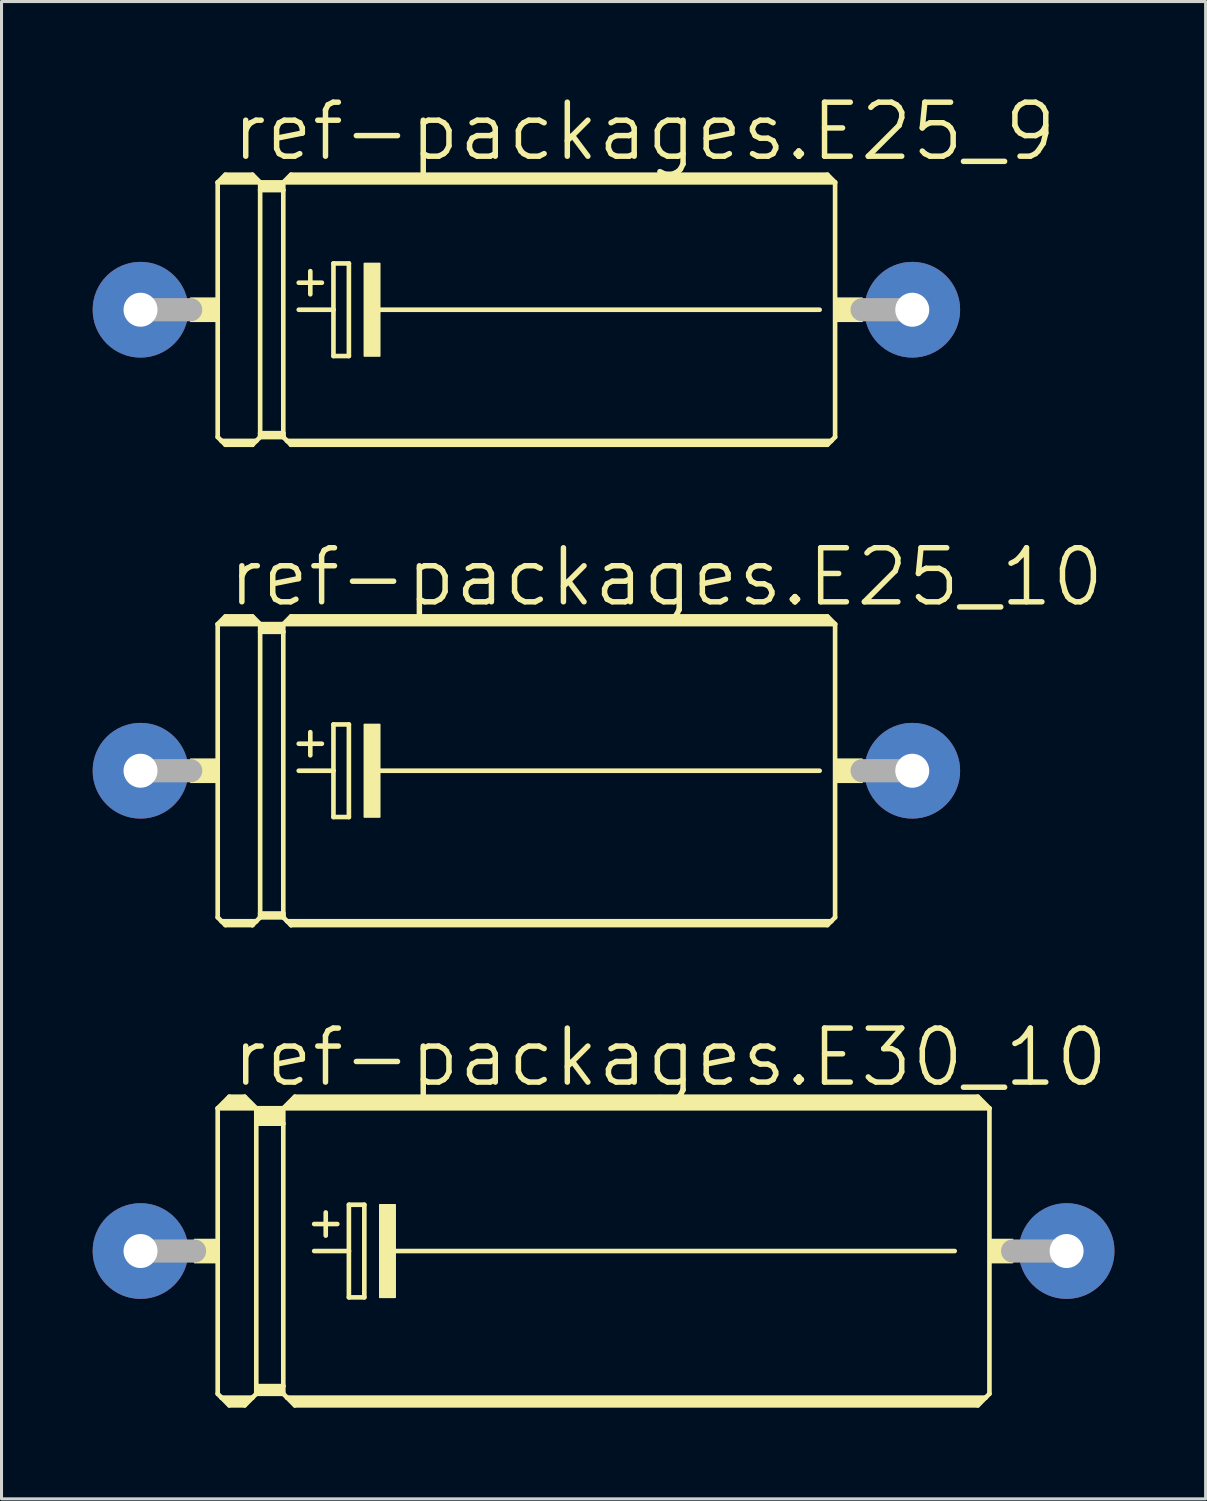
<source format=kicad_pcb>
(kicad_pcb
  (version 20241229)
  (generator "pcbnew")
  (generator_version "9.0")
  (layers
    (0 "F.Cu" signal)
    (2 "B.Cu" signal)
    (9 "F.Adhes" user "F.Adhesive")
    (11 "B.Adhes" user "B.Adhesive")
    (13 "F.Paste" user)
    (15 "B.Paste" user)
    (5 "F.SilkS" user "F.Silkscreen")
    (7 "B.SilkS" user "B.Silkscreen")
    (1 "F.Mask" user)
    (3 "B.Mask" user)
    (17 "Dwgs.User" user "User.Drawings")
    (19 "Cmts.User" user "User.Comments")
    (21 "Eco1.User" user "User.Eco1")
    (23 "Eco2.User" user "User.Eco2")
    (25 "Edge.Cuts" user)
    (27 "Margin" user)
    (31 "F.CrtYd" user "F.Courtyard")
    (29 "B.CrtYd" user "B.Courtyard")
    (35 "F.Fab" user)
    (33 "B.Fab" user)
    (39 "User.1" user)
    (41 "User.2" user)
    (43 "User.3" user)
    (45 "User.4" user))
  (footprint "ref-packages.E30_10"
    (layer "F.Cu")
    (at 16.815 38.125)
    (property "Reference" "ref-packages.E30_10" (at -12.319 -5.334 0) (layer "F.SilkS") (effects (font (size 1.778 1.778) (thickness 0.18)) (justify left bottom)))
    (attr through_hole)
    (fp_line (start -12.7 -4.699) (end -12.7 4.699) (stroke (width 0.152) (type default)) (layer "F.SilkS"))
    (fp_line (start -12.7 -4.699) (end -12.319 -5.08) (stroke (width 0.152) (type default)) (layer "F.SilkS"))
    (fp_line (start -12.7 -4.699) (end -11.43 -4.699) (stroke (width 0.152) (type default)) (layer "F.SilkS"))
    (fp_line (start -12.7 4.699) (end -12.573 4.826) (stroke (width 0.152) (type default)) (layer "F.SilkS"))
    (fp_line (start -12.573 4.826) (end -12.319 5.08) (stroke (width 0.152) (type default)) (layer "F.SilkS"))
    (fp_line (start -12.573 4.826) (end -11.557 4.826) (stroke (width 0.152) (type default)) (layer "F.SilkS"))
    (fp_line (start -12.446 -4.826) (end -11.684 -4.826) (stroke (width 0.305) (type default)) (layer "F.SilkS"))
    (fp_line (start -12.319 -5.08) (end -11.811 -5.08) (stroke (width 0.152) (type default)) (layer "F.SilkS"))
    (fp_line (start -12.319 -4.953) (end -11.811 -4.953) (stroke (width 0.305) (type default)) (layer "F.SilkS"))
    (fp_line (start -12.319 4.953) (end -11.811 4.953) (stroke (width 0.305) (type default)) (layer "F.SilkS"))
    (fp_line (start -12.319 5.08) (end -11.811 5.08) (stroke (width 0.152) (type default)) (layer "F.SilkS"))
    (fp_line (start -11.557 4.826) (end -11.811 5.08) (stroke (width 0.152) (type default)) (layer "F.SilkS"))
    (fp_line (start -11.43 -4.699) (end -11.811 -5.08) (stroke (width 0.152) (type default)) (layer "F.SilkS"))
    (fp_line (start -11.43 -4.699) (end -11.43 -4.191) (stroke (width 0.152) (type default)) (layer "F.SilkS"))
    (fp_line (start -11.43 -4.699) (end -10.541 -4.699) (stroke (width 0.152) (type default)) (layer "F.SilkS"))
    (fp_line (start -11.43 -4.191) (end -11.43 4.445) (stroke (width 0.152) (type default)) (layer "F.SilkS"))
    (fp_line (start -11.43 -4.191) (end -10.541 -4.191) (stroke (width 0.152) (type default)) (layer "F.SilkS"))
    (fp_line (start -11.43 4.445) (end -11.43 4.699) (stroke (width 0.152) (type default)) (layer "F.SilkS"))
    (fp_line (start -11.43 4.445) (end -10.541 4.445) (stroke (width 0.152) (type default)) (layer "F.SilkS"))
    (fp_line (start -11.43 4.699) (end -11.557 4.826) (stroke (width 0.152) (type default)) (layer "F.SilkS"))
    (fp_line (start -11.43 4.699) (end -10.541 4.699) (stroke (width 0.152) (type default)) (layer "F.SilkS"))
    (fp_line (start -11.303 -4.572) (end -10.668 -4.572) (stroke (width 0.305) (type default)) (layer "F.SilkS"))
    (fp_line (start -11.303 -4.318) (end -10.668 -4.318) (stroke (width 0.305) (type default)) (layer "F.SilkS"))
    (fp_line (start -11.303 4.572) (end -10.668 4.572) (stroke (width 0.305) (type default)) (layer "F.SilkS"))
    (fp_line (start -10.541 -4.699) (end -10.541 -4.191) (stroke (width 0.152) (type default)) (layer "F.SilkS"))
    (fp_line (start -10.541 -4.699) (end -10.16 -5.08) (stroke (width 0.152) (type default)) (layer "F.SilkS"))
    (fp_line (start -10.541 -4.699) (end 12.7 -4.699) (stroke (width 0.152) (type default)) (layer "F.SilkS"))
    (fp_line (start -10.541 -4.191) (end -10.541 4.445) (stroke (width 0.152) (type default)) (layer "F.SilkS"))
    (fp_line (start -10.541 4.445) (end -10.541 4.699) (stroke (width 0.152) (type default)) (layer "F.SilkS"))
    (fp_line (start -10.414 4.826) (end -10.541 4.699) (stroke (width 0.152) (type default)) (layer "F.SilkS"))
    (fp_line (start -10.414 4.826) (end 12.573 4.826) (stroke (width 0.152) (type default)) (layer "F.SilkS"))
    (fp_line (start -10.287 -4.826) (end 12.446 -4.826) (stroke (width 0.305) (type default)) (layer "F.SilkS"))
    (fp_line (start -10.16 -4.953) (end 12.319 -4.953) (stroke (width 0.305) (type default)) (layer "F.SilkS"))
    (fp_line (start -10.16 4.953) (end 12.319 4.953) (stroke (width 0.305) (type default)) (layer "F.SilkS"))
    (fp_line (start -10.16 5.08) (end -10.414 4.826) (stroke (width 0.152) (type default)) (layer "F.SilkS"))
    (fp_line (start -9.525 -0.889) (end -8.763 -0.889) (stroke (width 0.152) (type default)) (layer "F.SilkS"))
    (fp_line (start -9.525 0) (end -8.382 0) (stroke (width 0.152) (type default)) (layer "F.SilkS"))
    (fp_line (start -9.144 -1.27) (end -9.144 -0.508) (stroke (width 0.152) (type default)) (layer "F.SilkS"))
    (fp_line (start -8.382 -1.524) (end -8.382 0) (stroke (width 0.152) (type default)) (layer "F.SilkS"))
    (fp_line (start -8.382 0) (end -8.382 1.524) (stroke (width 0.152) (type default)) (layer "F.SilkS"))
    (fp_line (start -8.382 1.524) (end -7.874 1.524) (stroke (width 0.152) (type default)) (layer "F.SilkS"))
    (fp_line (start -7.874 -1.524) (end -8.382 -1.524) (stroke (width 0.152) (type default)) (layer "F.SilkS"))
    (fp_line (start -7.874 1.524) (end -7.874 -1.524) (stroke (width 0.152) (type default)) (layer "F.SilkS"))
    (fp_line (start -6.985 0) (end 11.557 0) (stroke (width 0.152) (type default)) (layer "F.SilkS"))
    (fp_line (start 12.319 -5.08) (end -10.16 -5.08) (stroke (width 0.152) (type default)) (layer "F.SilkS"))
    (fp_line (start 12.319 5.08) (end -10.16 5.08) (stroke (width 0.152) (type default)) (layer "F.SilkS"))
    (fp_line (start 12.573 4.826) (end 12.319 5.08) (stroke (width 0.152) (type default)) (layer "F.SilkS"))
    (fp_line (start 12.7 -4.699) (end 12.319 -5.08) (stroke (width 0.152) (type default)) (layer "F.SilkS"))
    (fp_line (start 12.7 -4.699) (end 12.7 4.699) (stroke (width 0.152) (type default)) (layer "F.SilkS"))
    (fp_line (start 12.7 4.699) (end 12.573 4.826) (stroke (width 0.152) (type default)) (layer "F.SilkS"))
    (fp_rect (start -13.462 0.381) (end -12.7 -0.381) (stroke (width 0.05) (type default)) (fill yes) (layer "F.SilkS"))
    (fp_rect (start -7.366 1.524) (end -6.858 -1.524) (stroke (width 0.05) (type default)) (fill yes) (layer "F.SilkS"))
    (fp_rect (start 12.7 0.381) (end 13.462 -0.381) (stroke (width 0.05) (type default)) (fill yes) (layer "F.SilkS"))
    (fp_line (start -15.24 0) (end -13.462 0) (stroke (width 0.762) (type default)) (layer "F.Fab"))
    (fp_line (start 15.24 0) (end 13.462 0) (stroke (width 0.762) (type default)) (layer "F.Fab"))
    (pad "+" thru_hole circle (at -15.24 0) (size 3.15 3.15) (drill 1.118) (layers "*.Cu" "*.Mask"))
    (pad "-" thru_hole circle (at 15.24 0) (size 3.15 3.15) (drill 1.118) (layers "*.Cu" "*.Mask")))
  (footprint "ref-packages.E25_9"
    (layer "F.Cu")
    (at 14.275 7.144)
    (property "Reference" "ref-packages.E25_9" (at -9.779 -4.826 0) (layer "F.SilkS") (effects (font (size 1.778 1.778) (thickness 0.18)) (justify left bottom)))
    (attr through_hole)
    (fp_line (start -10.16 -4.191) (end -10.16 4.191) (stroke (width 0.152) (type default)) (layer "F.SilkS"))
    (fp_line (start -10.16 -4.191) (end -9.906 -4.445) (stroke (width 0.152) (type default)) (layer "F.SilkS"))
    (fp_line (start -10.16 -4.191) (end -8.763 -4.191) (stroke (width 0.152) (type default)) (layer "F.SilkS"))
    (fp_line (start -10.16 4.191) (end -10.033 4.318) (stroke (width 0.152) (type default)) (layer "F.SilkS"))
    (fp_line (start -10.033 4.318) (end -9.906 4.445) (stroke (width 0.152) (type default)) (layer "F.SilkS"))
    (fp_line (start -10.033 4.318) (end -8.89 4.318) (stroke (width 0.152) (type default)) (layer "F.SilkS"))
    (fp_line (start -9.906 -4.445) (end -9.017 -4.445) (stroke (width 0.152) (type default)) (layer "F.SilkS"))
    (fp_line (start -9.906 -4.318) (end -9.017 -4.318) (stroke (width 0.305) (type default)) (layer "F.SilkS"))
    (fp_line (start -9.906 4.394) (end -9.017 4.394) (stroke (width 0.152) (type default)) (layer "F.SilkS"))
    (fp_line (start -9.906 4.445) (end -9.017 4.445) (stroke (width 0.152) (type default)) (layer "F.SilkS"))
    (fp_line (start -9.017 -4.445) (end -8.763 -4.191) (stroke (width 0.152) (type default)) (layer "F.SilkS"))
    (fp_line (start -9.017 4.394) (end -9.017 4.445) (stroke (width 0.152) (type default)) (layer "F.SilkS"))
    (fp_line (start -9.017 4.445) (end -8.89 4.318) (stroke (width 0.152) (type default)) (layer "F.SilkS"))
    (fp_line (start -8.89 4.318) (end -8.763 4.191) (stroke (width 0.152) (type default)) (layer "F.SilkS"))
    (fp_line (start -8.763 -4.191) (end -8.763 -3.937) (stroke (width 0.152) (type default)) (layer "F.SilkS"))
    (fp_line (start -8.763 -3.937) (end -8.001 -3.937) (stroke (width 0.152) (type default)) (layer "F.SilkS"))
    (fp_line (start -8.763 4.064) (end -8.763 -3.937) (stroke (width 0.152) (type default)) (layer "F.SilkS"))
    (fp_line (start -8.763 4.064) (end -8.001 4.064) (stroke (width 0.152) (type default)) (layer "F.SilkS"))
    (fp_line (start -8.763 4.14) (end -8.763 4.064) (stroke (width 0.152) (type default)) (layer "F.SilkS"))
    (fp_line (start -8.763 4.14) (end -8.001 4.14) (stroke (width 0.152) (type default)) (layer "F.SilkS"))
    (fp_line (start -8.763 4.191) (end -8.763 4.14) (stroke (width 0.152) (type default)) (layer "F.SilkS"))
    (fp_line (start -8.636 -4.064) (end -8.128 -4.064) (stroke (width 0.305) (type default)) (layer "F.SilkS"))
    (fp_line (start -8.001 -4.191) (end -8.763 -4.191) (stroke (width 0.152) (type default)) (layer "F.SilkS"))
    (fp_line (start -8.001 -4.191) (end -8.001 -3.937) (stroke (width 0.152) (type default)) (layer "F.SilkS"))
    (fp_line (start -8.001 -4.191) (end 10.16 -4.191) (stroke (width 0.152) (type default)) (layer "F.SilkS"))
    (fp_line (start -8.001 4.064) (end -8.001 -3.937) (stroke (width 0.152) (type default)) (layer "F.SilkS"))
    (fp_line (start -8.001 4.14) (end -8.001 4.064) (stroke (width 0.152) (type default)) (layer "F.SilkS"))
    (fp_line (start -8.001 4.191) (end -8.763 4.191) (stroke (width 0.152) (type default)) (layer "F.SilkS"))
    (fp_line (start -8.001 4.191) (end -8.001 4.14) (stroke (width 0.152) (type default)) (layer "F.SilkS"))
    (fp_line (start -7.874 4.318) (end -8.001 4.191) (stroke (width 0.152) (type default)) (layer "F.SilkS"))
    (fp_line (start -7.874 4.318) (end 10.033 4.318) (stroke (width 0.152) (type default)) (layer "F.SilkS"))
    (fp_line (start -7.747 -4.445) (end -8.001 -4.191) (stroke (width 0.152) (type default)) (layer "F.SilkS"))
    (fp_line (start -7.747 -4.445) (end 9.906 -4.445) (stroke (width 0.152) (type default)) (layer "F.SilkS"))
    (fp_line (start -7.747 -4.318) (end 9.906 -4.318) (stroke (width 0.305) (type default)) (layer "F.SilkS"))
    (fp_line (start -7.747 4.394) (end 9.906 4.394) (stroke (width 0.152) (type default)) (layer "F.SilkS"))
    (fp_line (start -7.747 4.445) (end -7.874 4.318) (stroke (width 0.152) (type default)) (layer "F.SilkS"))
    (fp_line (start -7.747 4.445) (end -7.747 4.394) (stroke (width 0.152) (type default)) (layer "F.SilkS"))
    (fp_line (start -7.747 4.445) (end 9.906 4.445) (stroke (width 0.152) (type default)) (layer "F.SilkS"))
    (fp_line (start -7.493 -0.889) (end -6.731 -0.889) (stroke (width 0.152) (type default)) (layer "F.SilkS"))
    (fp_line (start -7.493 0) (end -6.35 0) (stroke (width 0.152) (type default)) (layer "F.SilkS"))
    (fp_line (start -7.112 -1.27) (end -7.112 -0.508) (stroke (width 0.152) (type default)) (layer "F.SilkS"))
    (fp_line (start -6.35 -1.524) (end -6.35 0) (stroke (width 0.152) (type default)) (layer "F.SilkS"))
    (fp_line (start -6.35 0) (end -6.35 1.524) (stroke (width 0.152) (type default)) (layer "F.SilkS"))
    (fp_line (start -6.35 1.524) (end -5.842 1.524) (stroke (width 0.152) (type default)) (layer "F.SilkS"))
    (fp_line (start -5.842 -1.524) (end -6.35 -1.524) (stroke (width 0.152) (type default)) (layer "F.SilkS"))
    (fp_line (start -5.842 1.524) (end -5.842 -1.524) (stroke (width 0.152) (type default)) (layer "F.SilkS"))
    (fp_line (start -4.953 0) (end 9.652 0) (stroke (width 0.152) (type default)) (layer "F.SilkS"))
    (fp_line (start 9.906 -4.445) (end 10.16 -4.191) (stroke (width 0.152) (type default)) (layer "F.SilkS"))
    (fp_line (start 9.906 4.445) (end 10.033 4.318) (stroke (width 0.152) (type default)) (layer "F.SilkS"))
    (fp_line (start 10.033 4.318) (end 10.16 4.191) (stroke (width 0.152) (type default)) (layer "F.SilkS"))
    (fp_line (start 10.16 4.191) (end 10.16 -4.191) (stroke (width 0.152) (type default)) (layer "F.SilkS"))
    (fp_rect (start -11.049 0.381) (end -10.16 -0.381) (stroke (width 0.05) (type default)) (fill yes) (layer "F.SilkS"))
    (fp_rect (start -5.334 1.524) (end -4.826 -1.524) (stroke (width 0.05) (type default)) (fill yes) (layer "F.SilkS"))
    (fp_rect (start 10.16 0.381) (end 11.049 -0.381) (stroke (width 0.05) (type default)) (fill yes) (layer "F.SilkS"))
    (fp_line (start -12.7 0) (end -11.049 0) (stroke (width 0.762) (type default)) (layer "F.Fab"))
    (fp_line (start 12.7 0) (end 11.049 0) (stroke (width 0.762) (type default)) (layer "F.Fab"))
    (pad "+" thru_hole circle (at -12.7 0) (size 3.15 3.15) (drill 1.118) (layers "*.Cu" "*.Mask"))
    (pad "-" thru_hole circle (at 12.7 0) (size 3.15 3.15) (drill 1.118) (layers "*.Cu" "*.Mask")))
  (footprint "ref-packages.E25_10"
    (layer "F.Cu")
    (at 14.275 22.317)
    (property "Reference" "ref-packages.E25_10" (at -9.906 -5.334 0) (layer "F.SilkS") (effects (font (size 1.778 1.778) (thickness 0.18)) (justify left bottom)))
    (attr through_hole)
    (fp_line (start -10.16 -4.826) (end -10.16 4.826) (stroke (width 0.152) (type default)) (layer "F.SilkS"))
    (fp_line (start -10.16 -4.826) (end -9.906 -5.08) (stroke (width 0.152) (type default)) (layer "F.SilkS"))
    (fp_line (start -10.16 -4.826) (end -8.763 -4.826) (stroke (width 0.152) (type default)) (layer "F.SilkS"))
    (fp_line (start -10.16 4.826) (end -10.033 4.953) (stroke (width 0.152) (type default)) (layer "F.SilkS"))
    (fp_line (start -10.033 4.953) (end -9.906 5.08) (stroke (width 0.152) (type default)) (layer "F.SilkS"))
    (fp_line (start -10.033 4.953) (end -8.89 4.953) (stroke (width 0.152) (type default)) (layer "F.SilkS"))
    (fp_line (start -9.906 -5.08) (end -9.017 -5.08) (stroke (width 0.152) (type default)) (layer "F.SilkS"))
    (fp_line (start -9.906 -4.953) (end -9.017 -4.953) (stroke (width 0.305) (type default)) (layer "F.SilkS"))
    (fp_line (start -9.906 5.029) (end -9.017 5.029) (stroke (width 0.152) (type default)) (layer "F.SilkS"))
    (fp_line (start -9.906 5.08) (end -9.017 5.08) (stroke (width 0.152) (type default)) (layer "F.SilkS"))
    (fp_line (start -9.017 -5.08) (end -8.763 -4.826) (stroke (width 0.152) (type default)) (layer "F.SilkS"))
    (fp_line (start -9.017 5.029) (end -9.017 5.08) (stroke (width 0.152) (type default)) (layer "F.SilkS"))
    (fp_line (start -9.017 5.08) (end -8.89 4.953) (stroke (width 0.152) (type default)) (layer "F.SilkS"))
    (fp_line (start -8.89 4.953) (end -8.763 4.826) (stroke (width 0.152) (type default)) (layer "F.SilkS"))
    (fp_line (start -8.763 -4.826) (end -8.763 -4.572) (stroke (width 0.152) (type default)) (layer "F.SilkS"))
    (fp_line (start -8.763 -4.572) (end -8.001 -4.572) (stroke (width 0.152) (type default)) (layer "F.SilkS"))
    (fp_line (start -8.763 4.699) (end -8.763 -4.572) (stroke (width 0.152) (type default)) (layer "F.SilkS"))
    (fp_line (start -8.763 4.699) (end -8.001 4.699) (stroke (width 0.152) (type default)) (layer "F.SilkS"))
    (fp_line (start -8.763 4.775) (end -8.763 4.699) (stroke (width 0.152) (type default)) (layer "F.SilkS"))
    (fp_line (start -8.763 4.775) (end -8.001 4.775) (stroke (width 0.152) (type default)) (layer "F.SilkS"))
    (fp_line (start -8.763 4.826) (end -8.763 4.775) (stroke (width 0.152) (type default)) (layer "F.SilkS"))
    (fp_line (start -8.636 -4.699) (end -8.128 -4.699) (stroke (width 0.305) (type default)) (layer "F.SilkS"))
    (fp_line (start -8.001 -4.826) (end -8.763 -4.826) (stroke (width 0.152) (type default)) (layer "F.SilkS"))
    (fp_line (start -8.001 -4.826) (end -8.001 -4.572) (stroke (width 0.152) (type default)) (layer "F.SilkS"))
    (fp_line (start -8.001 -4.826) (end 10.16 -4.826) (stroke (width 0.152) (type default)) (layer "F.SilkS"))
    (fp_line (start -8.001 4.699) (end -8.001 -4.572) (stroke (width 0.152) (type default)) (layer "F.SilkS"))
    (fp_line (start -8.001 4.775) (end -8.001 4.699) (stroke (width 0.152) (type default)) (layer "F.SilkS"))
    (fp_line (start -8.001 4.826) (end -8.763 4.826) (stroke (width 0.152) (type default)) (layer "F.SilkS"))
    (fp_line (start -8.001 4.826) (end -8.001 4.775) (stroke (width 0.152) (type default)) (layer "F.SilkS"))
    (fp_line (start -7.874 4.953) (end -8.001 4.826) (stroke (width 0.152) (type default)) (layer "F.SilkS"))
    (fp_line (start -7.874 4.953) (end 10.033 4.953) (stroke (width 0.152) (type default)) (layer "F.SilkS"))
    (fp_line (start -7.747 -5.08) (end -8.001 -4.826) (stroke (width 0.152) (type default)) (layer "F.SilkS"))
    (fp_line (start -7.747 -5.08) (end 9.906 -5.08) (stroke (width 0.152) (type default)) (layer "F.SilkS"))
    (fp_line (start -7.747 -4.953) (end 9.906 -4.953) (stroke (width 0.305) (type default)) (layer "F.SilkS"))
    (fp_line (start -7.747 5.029) (end 9.906 5.029) (stroke (width 0.152) (type default)) (layer "F.SilkS"))
    (fp_line (start -7.747 5.08) (end -7.874 4.953) (stroke (width 0.152) (type default)) (layer "F.SilkS"))
    (fp_line (start -7.747 5.08) (end -7.747 5.029) (stroke (width 0.152) (type default)) (layer "F.SilkS"))
    (fp_line (start -7.747 5.08) (end 9.906 5.08) (stroke (width 0.152) (type default)) (layer "F.SilkS"))
    (fp_line (start -7.493 -0.889) (end -6.731 -0.889) (stroke (width 0.152) (type default)) (layer "F.SilkS"))
    (fp_line (start -7.493 0) (end -6.35 0) (stroke (width 0.152) (type default)) (layer "F.SilkS"))
    (fp_line (start -7.112 -1.27) (end -7.112 -0.508) (stroke (width 0.152) (type default)) (layer "F.SilkS"))
    (fp_line (start -6.35 -1.524) (end -6.35 0) (stroke (width 0.152) (type default)) (layer "F.SilkS"))
    (fp_line (start -6.35 0) (end -6.35 1.524) (stroke (width 0.152) (type default)) (layer "F.SilkS"))
    (fp_line (start -6.35 1.524) (end -5.842 1.524) (stroke (width 0.152) (type default)) (layer "F.SilkS"))
    (fp_line (start -5.842 -1.524) (end -6.35 -1.524) (stroke (width 0.152) (type default)) (layer "F.SilkS"))
    (fp_line (start -5.842 1.524) (end -5.842 -1.524) (stroke (width 0.152) (type default)) (layer "F.SilkS"))
    (fp_line (start -4.953 0) (end 9.652 0) (stroke (width 0.152) (type default)) (layer "F.SilkS"))
    (fp_line (start 9.906 -5.08) (end 10.16 -4.826) (stroke (width 0.152) (type default)) (layer "F.SilkS"))
    (fp_line (start 9.906 5.08) (end 10.033 4.953) (stroke (width 0.152) (type default)) (layer "F.SilkS"))
    (fp_line (start 10.033 4.953) (end 10.16 4.826) (stroke (width 0.152) (type default)) (layer "F.SilkS"))
    (fp_line (start 10.16 4.826) (end 10.16 -4.826) (stroke (width 0.152) (type default)) (layer "F.SilkS"))
    (fp_rect (start -11.049 0.381) (end -10.16 -0.381) (stroke (width 0.05) (type default)) (fill yes) (layer "F.SilkS"))
    (fp_rect (start -5.334 1.524) (end -4.826 -1.524) (stroke (width 0.05) (type default)) (fill yes) (layer "F.SilkS"))
    (fp_rect (start 10.16 0.381) (end 11.049 -0.381) (stroke (width 0.05) (type default)) (fill yes) (layer "F.SilkS"))
    (fp_line (start -12.7 0) (end -11.049 0) (stroke (width 0.762) (type default)) (layer "F.Fab"))
    (fp_line (start 12.7 0) (end 11.049 0) (stroke (width 0.762) (type default)) (layer "F.Fab"))
    (pad "+" thru_hole circle (at -12.7 0) (size 3.15 3.15) (drill 1.118) (layers "*.Cu" "*.Mask"))
    (pad "-" thru_hole circle (at 12.7 0) (size 3.15 3.15) (drill 1.118) (layers "*.Cu" "*.Mask")))
  (gr_rect
    (start -3 -3)
    (end 36.63 46.282)
    (stroke (width 0.1) (type default))
    (fill no)
    (layer "Edge.Cuts")))
</source>
